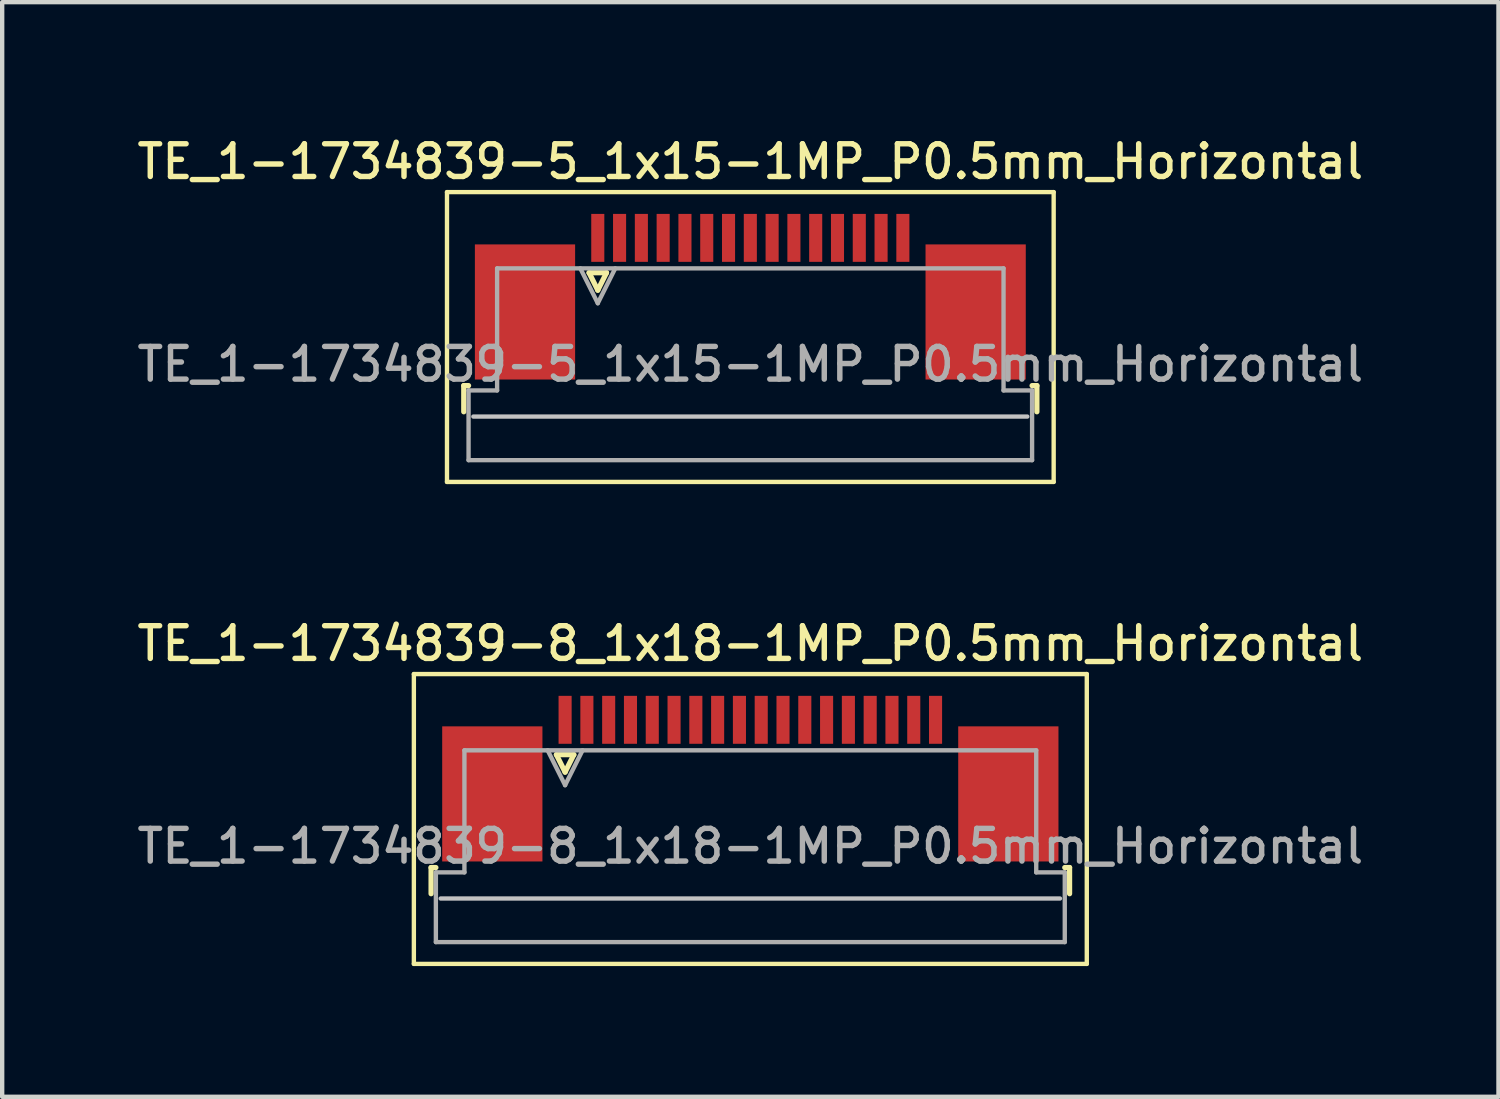
<source format=kicad_pcb>
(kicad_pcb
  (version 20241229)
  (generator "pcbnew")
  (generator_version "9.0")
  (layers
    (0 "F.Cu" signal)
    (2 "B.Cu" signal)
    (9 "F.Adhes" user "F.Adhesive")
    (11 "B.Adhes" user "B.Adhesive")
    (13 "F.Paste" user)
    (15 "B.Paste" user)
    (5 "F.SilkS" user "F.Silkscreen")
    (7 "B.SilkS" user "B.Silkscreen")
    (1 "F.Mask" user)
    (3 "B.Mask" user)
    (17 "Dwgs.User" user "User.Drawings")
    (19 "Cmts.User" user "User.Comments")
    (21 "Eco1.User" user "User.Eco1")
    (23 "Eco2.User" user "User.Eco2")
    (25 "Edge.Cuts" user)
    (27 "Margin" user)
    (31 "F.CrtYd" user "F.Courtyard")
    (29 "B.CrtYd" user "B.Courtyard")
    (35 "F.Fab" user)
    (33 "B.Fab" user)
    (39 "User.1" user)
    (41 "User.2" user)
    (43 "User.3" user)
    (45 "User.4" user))
  (footprint "TE_1-1734839-8_1x18-1MP_P0.5mm_Horizontal"
    (layer "F.Cu")
    (at 14.166 14.816)
    (property "Reference" "TE_1-1734839-8_1x18-1MP_P0.5mm_Horizontal" (at 0 -3.1 0) (layer "F.SilkS") (effects (font (size 0.75 0.75) (thickness 0.125))))
    (attr smd)
    (fp_line (start -7.72 -2.4) (end -7.72 4.25) (stroke (width 0.1) (type solid)) (layer "F.SilkS"))
    (fp_line (start -7.72 4.25) (end 7.72 4.25) (stroke (width 0.1) (type solid)) (layer "F.SilkS"))
    (fp_line (start -7.325 2.04) (end -7.325 2.64) (stroke (width 0.12) (type solid)) (layer "F.SilkS"))
    (fp_line (start -7.215 2.04) (end -7.325 2.04) (stroke (width 0.12) (type solid)) (layer "F.SilkS"))
    (fp_line (start -4.45 -0.55) (end -4.25 -0.15) (stroke (width 0.12) (type solid)) (layer "F.SilkS"))
    (fp_line (start -4.25 -0.15) (end -4.05 -0.55) (stroke (width 0.12) (type solid)) (layer "F.SilkS"))
    (fp_line (start -4.05 -0.55) (end -4.45 -0.55) (stroke (width 0.12) (type solid)) (layer "F.SilkS"))
    (fp_line (start 7.215 2.04) (end 7.325 2.04) (stroke (width 0.12) (type solid)) (layer "F.SilkS"))
    (fp_line (start 7.325 2.04) (end 7.325 2.64) (stroke (width 0.12) (type solid)) (layer "F.SilkS"))
    (fp_line (start 7.72 -2.4) (end -7.72 -2.4) (stroke (width 0.1) (type solid)) (layer "F.SilkS"))
    (fp_line (start 7.72 4.25) (end 7.72 -2.4) (stroke (width 0.1) (type solid)) (layer "F.SilkS"))
    (fp_line (start 7.105 2.75) (end -7.105 2.75) (stroke (width 0.1) (type solid)) (layer "Dwgs.User"))
    (fp_line (start -7.215 2.15) (end -6.56 2.15) (stroke (width 0.1) (type solid)) (layer "F.Fab"))
    (fp_line (start -7.215 3.75) (end -7.215 2.15) (stroke (width 0.1) (type solid)) (layer "F.Fab"))
    (fp_line (start -6.56 -0.65) (end 6.56 -0.65) (stroke (width 0.1) (type solid)) (layer "F.Fab"))
    (fp_line (start -6.56 2.15) (end -6.56 -0.65) (stroke (width 0.1) (type solid)) (layer "F.Fab"))
    (fp_line (start -4.65 -0.65) (end -4.25 0.15) (stroke (width 0.1) (type solid)) (layer "F.Fab"))
    (fp_line (start -4.25 0.15) (end -3.85 -0.65) (stroke (width 0.1) (type solid)) (layer "F.Fab"))
    (fp_line (start 6.56 -0.65) (end 6.56 2.15) (stroke (width 0.1) (type solid)) (layer "F.Fab"))
    (fp_line (start 6.56 2.15) (end 7.215 2.15) (stroke (width 0.1) (type solid)) (layer "F.Fab"))
    (fp_line (start 7.215 2.15) (end 7.215 3.75) (stroke (width 0.1) (type solid)) (layer "F.Fab"))
    (fp_line (start 7.215 3.75) (end -7.215 3.75) (stroke (width 0.1) (type solid)) (layer "F.Fab"))
    (fp_text user "${REFERENCE}" (at 0 1.55 0) (layer "F.Fab") (effects (font (size 0.75 0.75) (thickness 0.125))))
    (pad "1" smd rect (at -4.25 -1.35) (size 0.3 1.1) (layers "F.Cu" "F.Mask" "F.Paste"))
    (pad "2" smd rect (at -3.75 -1.35) (size 0.3 1.1) (layers "F.Cu" "F.Mask" "F.Paste"))
    (pad "3" smd rect (at -3.25 -1.35) (size 0.3 1.1) (layers "F.Cu" "F.Mask" "F.Paste"))
    (pad "4" smd rect (at -2.75 -1.35) (size 0.3 1.1) (layers "F.Cu" "F.Mask" "F.Paste"))
    (pad "5" smd rect (at -2.25 -1.35) (size 0.3 1.1) (layers "F.Cu" "F.Mask" "F.Paste"))
    (pad "6" smd rect (at -1.75 -1.35) (size 0.3 1.1) (layers "F.Cu" "F.Mask" "F.Paste"))
    (pad "7" smd rect (at -1.25 -1.35) (size 0.3 1.1) (layers "F.Cu" "F.Mask" "F.Paste"))
    (pad "8" smd rect (at -0.75 -1.35) (size 0.3 1.1) (layers "F.Cu" "F.Mask" "F.Paste"))
    (pad "9" smd rect (at -0.25 -1.35) (size 0.3 1.1) (layers "F.Cu" "F.Mask" "F.Paste"))
    (pad "10" smd rect (at 0.25 -1.35) (size 0.3 1.1) (layers "F.Cu" "F.Mask" "F.Paste"))
    (pad "11" smd rect (at 0.75 -1.35) (size 0.3 1.1) (layers "F.Cu" "F.Mask" "F.Paste"))
    (pad "12" smd rect (at 1.25 -1.35) (size 0.3 1.1) (layers "F.Cu" "F.Mask" "F.Paste"))
    (pad "13" smd rect (at 1.75 -1.35) (size 0.3 1.1) (layers "F.Cu" "F.Mask" "F.Paste"))
    (pad "14" smd rect (at 2.25 -1.35) (size 0.3 1.1) (layers "F.Cu" "F.Mask" "F.Paste"))
    (pad "15" smd rect (at 2.75 -1.35) (size 0.3 1.1) (layers "F.Cu" "F.Mask" "F.Paste"))
    (pad "16" smd rect (at 3.25 -1.35) (size 0.3 1.1) (layers "F.Cu" "F.Mask" "F.Paste"))
    (pad "17" smd rect (at 3.75 -1.35) (size 0.3 1.1) (layers "F.Cu" "F.Mask" "F.Paste"))
    (pad "18" smd rect (at 4.25 -1.35) (size 0.3 1.1) (layers "F.Cu" "F.Mask" "F.Paste"))
    (pad "MP" smd rect (at -5.92 0.35) (size 2.3 3.1) (layers "F.Cu" "F.Mask" "F.Paste"))
    (pad "MP" smd rect (at 5.92 0.35) (size 2.3 3.1) (layers "F.Cu" "F.Mask" "F.Paste")))
  (footprint "TE_1-1734839-5_1x15-1MP_P0.5mm_Horizontal"
    (layer "F.Cu")
    (at 14.166 3.758)
    (property "Reference" "TE_1-1734839-5_1x15-1MP_P0.5mm_Horizontal" (at 0 -3.1 0) (layer "F.SilkS") (effects (font (size 0.75 0.75) (thickness 0.125))))
    (attr smd)
    (fp_line (start -6.96 -2.4) (end -6.96 4.25) (stroke (width 0.1) (type solid)) (layer "F.SilkS"))
    (fp_line (start -6.96 4.25) (end 6.96 4.25) (stroke (width 0.1) (type solid)) (layer "F.SilkS"))
    (fp_line (start -6.575 2.04) (end -6.575 2.64) (stroke (width 0.12) (type solid)) (layer "F.SilkS"))
    (fp_line (start -6.465 2.04) (end -6.575 2.04) (stroke (width 0.12) (type solid)) (layer "F.SilkS"))
    (fp_line (start -3.7 -0.55) (end -3.5 -0.15) (stroke (width 0.12) (type solid)) (layer "F.SilkS"))
    (fp_line (start -3.5 -0.15) (end -3.3 -0.55) (stroke (width 0.12) (type solid)) (layer "F.SilkS"))
    (fp_line (start -3.3 -0.55) (end -3.7 -0.55) (stroke (width 0.12) (type solid)) (layer "F.SilkS"))
    (fp_line (start 6.465 2.04) (end 6.575 2.04) (stroke (width 0.12) (type solid)) (layer "F.SilkS"))
    (fp_line (start 6.575 2.04) (end 6.575 2.64) (stroke (width 0.12) (type solid)) (layer "F.SilkS"))
    (fp_line (start 6.96 -2.4) (end -6.96 -2.4) (stroke (width 0.1) (type solid)) (layer "F.SilkS"))
    (fp_line (start 6.96 4.25) (end 6.96 -2.4) (stroke (width 0.1) (type solid)) (layer "F.SilkS"))
    (fp_line (start 6.355 2.75) (end -6.355 2.75) (stroke (width 0.1) (type solid)) (layer "Dwgs.User"))
    (fp_line (start -6.465 2.15) (end -5.81 2.15) (stroke (width 0.1) (type solid)) (layer "F.Fab"))
    (fp_line (start -6.465 3.75) (end -6.465 2.15) (stroke (width 0.1) (type solid)) (layer "F.Fab"))
    (fp_line (start -5.81 -0.65) (end 5.81 -0.65) (stroke (width 0.1) (type solid)) (layer "F.Fab"))
    (fp_line (start -5.81 2.15) (end -5.81 -0.65) (stroke (width 0.1) (type solid)) (layer "F.Fab"))
    (fp_line (start -3.9 -0.65) (end -3.5 0.15) (stroke (width 0.1) (type solid)) (layer "F.Fab"))
    (fp_line (start -3.5 0.15) (end -3.1 -0.65) (stroke (width 0.1) (type solid)) (layer "F.Fab"))
    (fp_line (start 5.81 -0.65) (end 5.81 2.15) (stroke (width 0.1) (type solid)) (layer "F.Fab"))
    (fp_line (start 5.81 2.15) (end 6.465 2.15) (stroke (width 0.1) (type solid)) (layer "F.Fab"))
    (fp_line (start 6.465 2.15) (end 6.465 3.75) (stroke (width 0.1) (type solid)) (layer "F.Fab"))
    (fp_line (start 6.465 3.75) (end -6.465 3.75) (stroke (width 0.1) (type solid)) (layer "F.Fab"))
    (fp_text user "${REFERENCE}" (at 0 1.55 0) (layer "F.Fab") (effects (font (size 0.75 0.75) (thickness 0.125))))
    (pad "1" smd rect (at -3.5 -1.35) (size 0.3 1.1) (layers "F.Cu" "F.Mask" "F.Paste"))
    (pad "2" smd rect (at -3 -1.35) (size 0.3 1.1) (layers "F.Cu" "F.Mask" "F.Paste"))
    (pad "3" smd rect (at -2.5 -1.35) (size 0.3 1.1) (layers "F.Cu" "F.Mask" "F.Paste"))
    (pad "4" smd rect (at -2 -1.35) (size 0.3 1.1) (layers "F.Cu" "F.Mask" "F.Paste"))
    (pad "5" smd rect (at -1.5 -1.35) (size 0.3 1.1) (layers "F.Cu" "F.Mask" "F.Paste"))
    (pad "6" smd rect (at -1 -1.35) (size 0.3 1.1) (layers "F.Cu" "F.Mask" "F.Paste"))
    (pad "7" smd rect (at -0.5 -1.35) (size 0.3 1.1) (layers "F.Cu" "F.Mask" "F.Paste"))
    (pad "8" smd rect (at 0 -1.35) (size 0.3 1.1) (layers "F.Cu" "F.Mask" "F.Paste"))
    (pad "9" smd rect (at 0.5 -1.35) (size 0.3 1.1) (layers "F.Cu" "F.Mask" "F.Paste"))
    (pad "10" smd rect (at 1 -1.35) (size 0.3 1.1) (layers "F.Cu" "F.Mask" "F.Paste"))
    (pad "11" smd rect (at 1.5 -1.35) (size 0.3 1.1) (layers "F.Cu" "F.Mask" "F.Paste"))
    (pad "12" smd rect (at 2 -1.35) (size 0.3 1.1) (layers "F.Cu" "F.Mask" "F.Paste"))
    (pad "13" smd rect (at 2.5 -1.35) (size 0.3 1.1) (layers "F.Cu" "F.Mask" "F.Paste"))
    (pad "14" smd rect (at 3 -1.35) (size 0.3 1.1) (layers "F.Cu" "F.Mask" "F.Paste"))
    (pad "15" smd rect (at 3.5 -1.35) (size 0.3 1.1) (layers "F.Cu" "F.Mask" "F.Paste"))
    (pad "MP" smd rect (at -5.17 0.35) (size 2.3 3.1) (layers "F.Cu" "F.Mask" "F.Paste"))
    (pad "MP" smd rect (at 5.17 0.35) (size 2.3 3.1) (layers "F.Cu" "F.Mask" "F.Paste")))
  (gr_rect
    (start -3 -3)
    (end 31.332 22.116)
    (stroke (width 0.1) (type default))
    (fill no)
    (layer "Edge.Cuts")))
</source>
